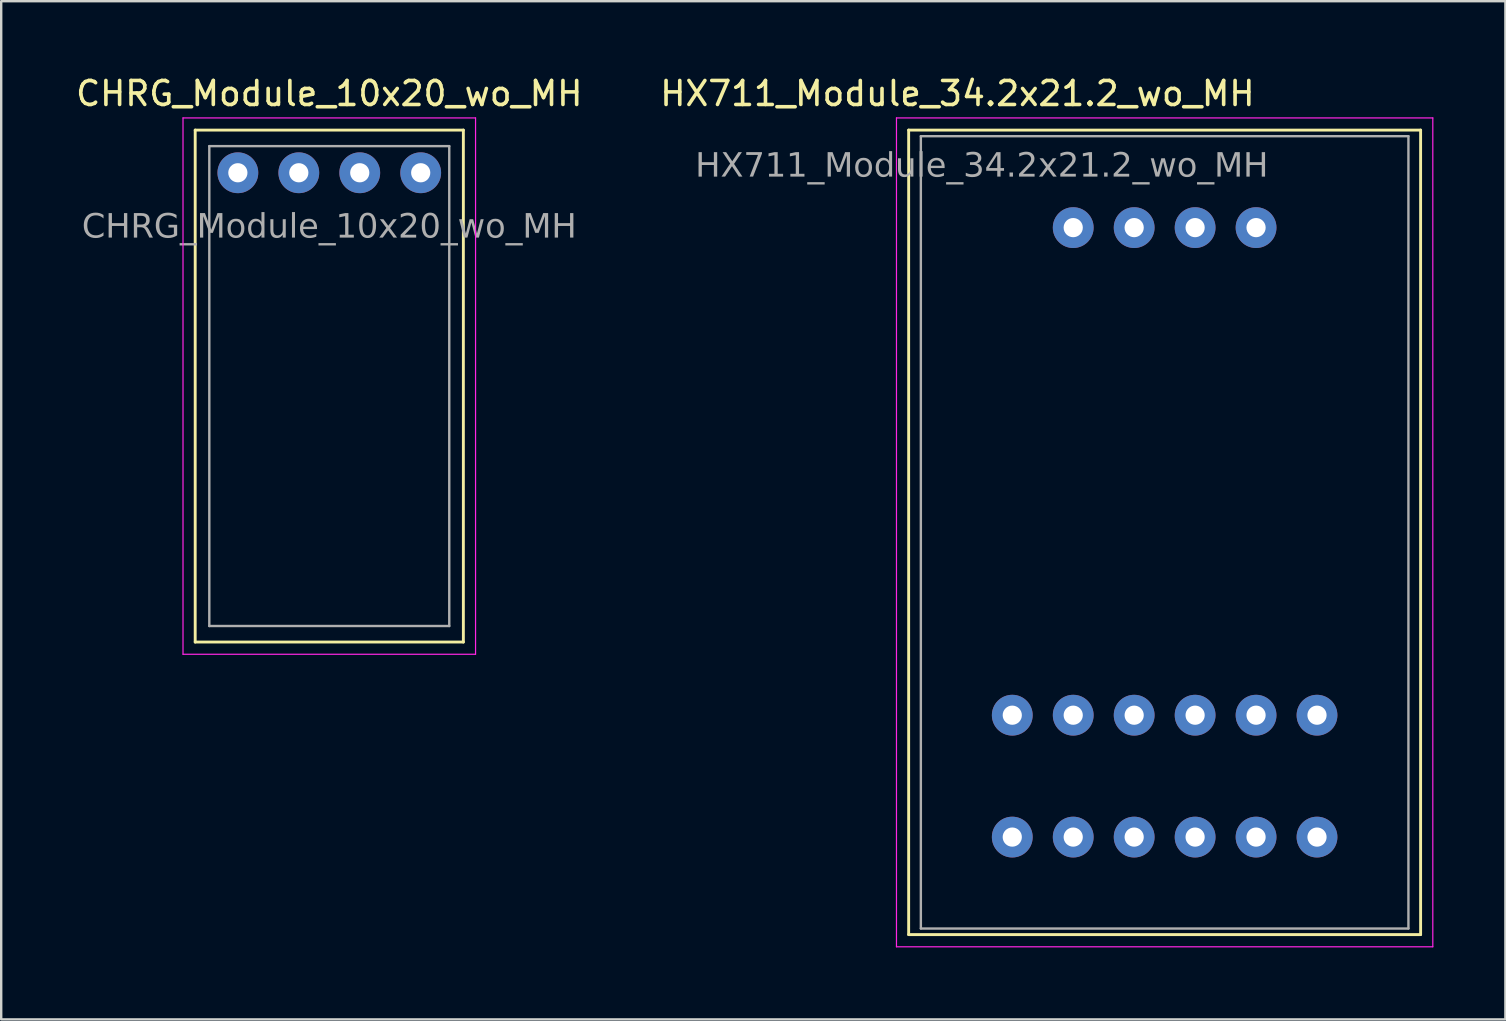
<source format=kicad_pcb>
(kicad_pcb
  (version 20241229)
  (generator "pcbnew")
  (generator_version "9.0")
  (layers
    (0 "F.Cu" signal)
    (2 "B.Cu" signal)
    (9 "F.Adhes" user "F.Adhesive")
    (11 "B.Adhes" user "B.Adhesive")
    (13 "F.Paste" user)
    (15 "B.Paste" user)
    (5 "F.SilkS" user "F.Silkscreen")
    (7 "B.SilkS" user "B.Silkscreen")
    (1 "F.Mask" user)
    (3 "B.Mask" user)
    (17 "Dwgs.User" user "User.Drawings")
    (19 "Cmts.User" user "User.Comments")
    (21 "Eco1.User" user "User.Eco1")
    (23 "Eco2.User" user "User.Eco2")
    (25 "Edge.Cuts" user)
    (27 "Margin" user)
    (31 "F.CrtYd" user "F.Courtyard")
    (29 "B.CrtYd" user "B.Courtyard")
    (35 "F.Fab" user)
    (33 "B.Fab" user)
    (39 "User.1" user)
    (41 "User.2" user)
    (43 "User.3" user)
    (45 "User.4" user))
  (footprint "HX711_Module_34.2x21.2_wo_MH"
    (layer "F.Cu")
    (at 45.487 19.136)
    (property "Reference" "HX711_Module_34.2x21.2_wo_MH" (at -8.636 -18.288 0) (layer "F.SilkS") (effects (font (size 1 1) (thickness 0.15))))
    (attr through_hole)
    (fp_line (start -10.668 -16.764) (end 10.668 -16.764) (stroke (width 0.12) (type solid)) (layer "F.SilkS"))
    (fp_line (start -10.668 16.764) (end -10.668 -16.764) (stroke (width 0.12) (type solid)) (layer "F.SilkS"))
    (fp_line (start 10.668 -16.764) (end 10.668 16.764) (stroke (width 0.12) (type solid)) (layer "F.SilkS"))
    (fp_line (start 10.668 16.764) (end -10.668 16.764) (stroke (width 0.12) (type solid)) (layer "F.SilkS"))
    (fp_line (start -11.176 -17.272) (end -11.176 17.272) (stroke (width 0.05) (type solid)) (layer "F.CrtYd"))
    (fp_line (start -11.176 17.272) (end 11.176 17.272) (stroke (width 0.05) (type solid)) (layer "F.CrtYd"))
    (fp_line (start 11.176 -17.272) (end -11.176 -17.272) (stroke (width 0.05) (type solid)) (layer "F.CrtYd"))
    (fp_line (start 11.176 17.272) (end 11.176 -17.272) (stroke (width 0.05) (type solid)) (layer "F.CrtYd"))
    (fp_line (start -10.16 -16.51) (end 10.16 -16.51) (stroke (width 0.1) (type solid)) (layer "F.Fab"))
    (fp_line (start -10.16 16.51) (end -10.16 -16.51) (stroke (width 0.1) (type solid)) (layer "F.Fab"))
    (fp_line (start -10.16 16.51) (end 10.16 16.51) (stroke (width 0.1) (type solid)) (layer "F.Fab"))
    (fp_line (start 10.16 -16.51) (end 10.16 16.51) (stroke (width 0.1) (type solid)) (layer "F.Fab"))
    (fp_text user "${REFERENCE}" (at -7.62 -15.24 0) (layer "F.Fab") (effects (font (face "Tahoma") (size 1 1) (thickness 0.15))))
    (pad "1" thru_hole circle (at -6.35 7.62) (size 1.7 1.7) (drill 0.8) (layers "*.Cu" "*.Mask"))
    (pad "1" thru_hole circle (at -6.35 12.7) (size 1.7 1.7) (drill 0.8) (layers "*.Cu" "*.Mask"))
    (pad "2" thru_hole circle (at -3.81 7.62) (size 1.7 1.7) (drill 0.8) (layers "*.Cu" "*.Mask"))
    (pad "2" thru_hole circle (at -3.81 12.7) (size 1.7 1.7) (drill 0.8) (layers "*.Cu" "*.Mask"))
    (pad "3" thru_hole circle (at -1.27 7.62) (size 1.7 1.7) (drill 0.8) (layers "*.Cu" "*.Mask"))
    (pad "3" thru_hole circle (at -1.27 12.7) (size 1.7 1.7) (drill 0.8) (layers "*.Cu" "*.Mask"))
    (pad "4" thru_hole circle (at 1.27 7.62) (size 1.7 1.7) (drill 0.8) (layers "*.Cu" "*.Mask"))
    (pad "4" thru_hole circle (at 1.27 12.7) (size 1.7 1.7) (drill 0.8) (layers "*.Cu" "*.Mask"))
    (pad "5" thru_hole circle (at 3.81 7.62) (size 1.7 1.7) (drill 0.8) (layers "*.Cu" "*.Mask"))
    (pad "5" thru_hole circle (at 3.81 12.7) (size 1.7 1.7) (drill 0.8) (layers "*.Cu" "*.Mask"))
    (pad "6" thru_hole circle (at 6.35 7.62) (size 1.7 1.7) (drill 0.8) (layers "*.Cu" "*.Mask"))
    (pad "6" thru_hole circle (at 6.35 12.7) (size 1.7 1.7) (drill 0.8) (layers "*.Cu" "*.Mask"))
    (pad "7" thru_hole circle (at -3.81 -12.7) (size 1.7 1.7) (drill 0.8) (layers "*.Cu" "*.Mask"))
    (pad "8" thru_hole circle (at -1.27 -12.7) (size 1.7 1.7) (drill 0.8) (layers "*.Cu" "*.Mask"))
    (pad "9" thru_hole circle (at 1.27 -12.7) (size 1.7 1.7) (drill 0.8) (layers "*.Cu" "*.Mask"))
    (pad "10" thru_hole circle (at 3.81 -12.7) (size 1.7 1.7) (drill 0.8) (layers "*.Cu" "*.Mask")))
  (footprint "CHRG_Module_10x20_wo_MH"
    (layer "F.Cu")
    (at 10.673 13.04)
    (property "Reference" "CHRG_Module_10x20_wo_MH" (at 0 -12.192 0) (layer "F.SilkS") (effects (font (size 1 1) (thickness 0.15))))
    (attr through_hole)
    (fp_line (start -5.588 -10.668) (end 5.588 -10.668) (stroke (width 0.12) (type solid)) (layer "F.SilkS"))
    (fp_line (start -5.588 10.668) (end -5.588 -10.668) (stroke (width 0.12) (type solid)) (layer "F.SilkS"))
    (fp_line (start 5.588 -10.668) (end 5.588 10.668) (stroke (width 0.12) (type solid)) (layer "F.SilkS"))
    (fp_line (start 5.588 10.668) (end -5.588 10.668) (stroke (width 0.12) (type solid)) (layer "F.SilkS"))
    (fp_line (start -6.096 -11.176) (end -6.096 11.176) (stroke (width 0.05) (type solid)) (layer "F.CrtYd"))
    (fp_line (start -6.096 11.176) (end 6.096 11.176) (stroke (width 0.05) (type solid)) (layer "F.CrtYd"))
    (fp_line (start 6.096 -11.176) (end -6.096 -11.176) (stroke (width 0.05) (type solid)) (layer "F.CrtYd"))
    (fp_line (start 6.096 11.176) (end 6.096 -11.176) (stroke (width 0.05) (type solid)) (layer "F.CrtYd"))
    (fp_line (start -5 -10) (end 5 -10) (stroke (width 0.1) (type solid)) (layer "F.Fab"))
    (fp_line (start -5 10) (end -5 -10) (stroke (width 0.1) (type solid)) (layer "F.Fab"))
    (fp_line (start -5 10) (end 5 10) (stroke (width 0.1) (type solid)) (layer "F.Fab"))
    (fp_line (start 5 -10) (end 5 10) (stroke (width 0.1) (type solid)) (layer "F.Fab"))
    (fp_text user "${REFERENCE}" (at 0 -6.604 0) (layer "F.Fab") (effects (font (face "Tahoma") (size 1 1) (thickness 0.15))))
    (pad "1" thru_hole circle (at -3.81 -8.89) (size 1.7 1.7) (drill 0.8) (layers "*.Cu" "*.Mask"))
    (pad "2" thru_hole circle (at -1.27 -8.89) (size 1.7 1.7) (drill 0.8) (layers "*.Cu" "*.Mask"))
    (pad "3" thru_hole circle (at 1.27 -8.89) (size 1.7 1.7) (drill 0.8) (layers "*.Cu" "*.Mask"))
    (pad "4" thru_hole circle (at 3.81 -8.89) (size 1.7 1.7) (drill 0.8) (layers "*.Cu" "*.Mask")))
  (gr_rect
    (start -3 -3)
    (end 59.688 39.433)
    (stroke (width 0.1) (type default))
    (fill no)
    (layer "Edge.Cuts")))
</source>
